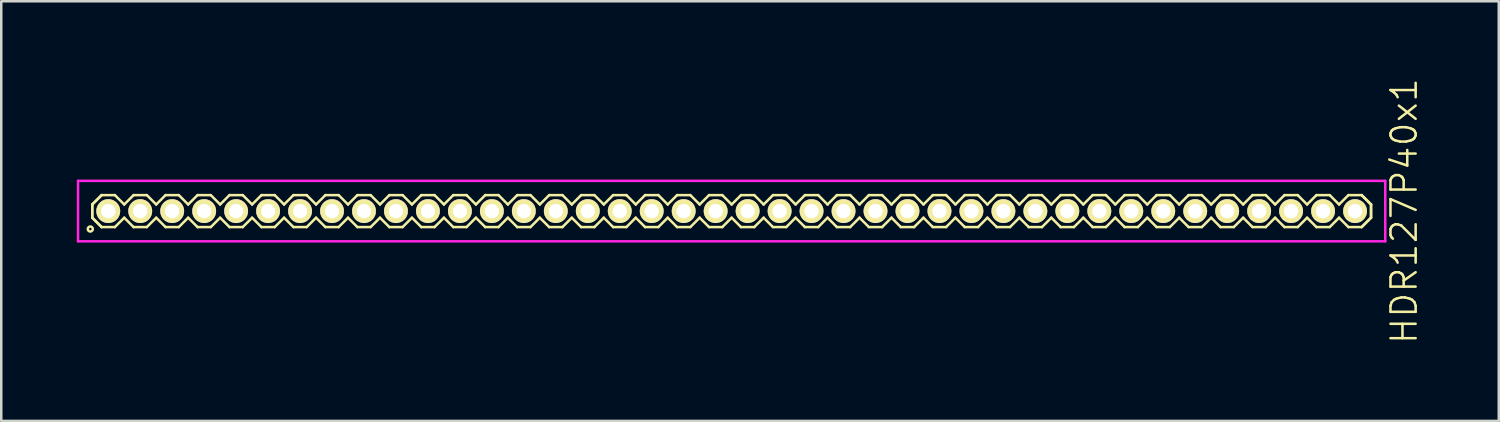
<source format=kicad_pcb>
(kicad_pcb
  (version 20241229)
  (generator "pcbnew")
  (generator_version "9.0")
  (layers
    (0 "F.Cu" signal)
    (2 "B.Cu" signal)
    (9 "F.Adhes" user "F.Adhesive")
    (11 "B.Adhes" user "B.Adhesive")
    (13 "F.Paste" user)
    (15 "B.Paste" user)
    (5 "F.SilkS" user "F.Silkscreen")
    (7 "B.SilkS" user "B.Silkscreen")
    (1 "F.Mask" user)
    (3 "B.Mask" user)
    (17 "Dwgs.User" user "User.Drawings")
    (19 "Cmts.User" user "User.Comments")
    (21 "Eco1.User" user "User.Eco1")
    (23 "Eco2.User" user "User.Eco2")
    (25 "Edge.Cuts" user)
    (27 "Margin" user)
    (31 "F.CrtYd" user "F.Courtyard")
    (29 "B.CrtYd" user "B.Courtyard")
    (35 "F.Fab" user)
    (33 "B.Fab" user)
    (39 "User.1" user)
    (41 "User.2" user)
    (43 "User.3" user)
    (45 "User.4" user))
  (footprint "HDR127P40x1"
    (layer "F.Cu")
    (at 26.015 5.336)
    (property "Reference" "HDR127P40x1" (at 26.715 0 90) (layer "F.SilkS") (effects (font (size 1 1) (thickness 0.1))))
    (attr through_hole)
    (fp_line (start -25.4 -0.263) (end -25.028 -0.635) (stroke (width 0.1) (type solid)) (layer "F.SilkS"))
    (fp_line (start -25.4 -0.263) (end -25.028 -0.635) (stroke (width 0.1) (type solid)) (layer "F.SilkS"))
    (fp_line (start -25.4 0.263) (end -25.4 -0.263) (stroke (width 0.1) (type solid)) (layer "F.SilkS"))
    (fp_line (start -25.4 0.263) (end -25.4 -0.263) (stroke (width 0.1) (type solid)) (layer "F.SilkS"))
    (fp_line (start -25.028 -0.635) (end -24.502 -0.635) (stroke (width 0.1) (type solid)) (layer "F.SilkS"))
    (fp_line (start -25.028 0.635) (end -25.4 0.263) (stroke (width 0.1) (type solid)) (layer "F.SilkS"))
    (fp_line (start -25.028 0.635) (end -25.4 0.263) (stroke (width 0.1) (type solid)) (layer "F.SilkS"))
    (fp_line (start -24.502 -0.635) (end -24.13 -0.263) (stroke (width 0.1) (type solid)) (layer "F.SilkS"))
    (fp_line (start -24.502 0.635) (end -25.028 0.635) (stroke (width 0.1) (type solid)) (layer "F.SilkS"))
    (fp_line (start -24.13 -0.263) (end -23.758 -0.635) (stroke (width 0.1) (type solid)) (layer "F.SilkS"))
    (fp_line (start -24.13 0.263) (end -24.502 0.635) (stroke (width 0.1) (type solid)) (layer "F.SilkS"))
    (fp_line (start -23.758 -0.635) (end -23.232 -0.635) (stroke (width 0.1) (type solid)) (layer "F.SilkS"))
    (fp_line (start -23.758 0.635) (end -24.13 0.263) (stroke (width 0.1) (type solid)) (layer "F.SilkS"))
    (fp_line (start -23.232 -0.635) (end -22.86 -0.263) (stroke (width 0.1) (type solid)) (layer "F.SilkS"))
    (fp_line (start -23.232 0.635) (end -23.758 0.635) (stroke (width 0.1) (type solid)) (layer "F.SilkS"))
    (fp_line (start -22.86 -0.263) (end -22.488 -0.635) (stroke (width 0.1) (type solid)) (layer "F.SilkS"))
    (fp_line (start -22.86 0.263) (end -23.232 0.635) (stroke (width 0.1) (type solid)) (layer "F.SilkS"))
    (fp_line (start -22.488 -0.635) (end -21.962 -0.635) (stroke (width 0.1) (type solid)) (layer "F.SilkS"))
    (fp_line (start -22.488 0.635) (end -22.86 0.263) (stroke (width 0.1) (type solid)) (layer "F.SilkS"))
    (fp_line (start -21.962 -0.635) (end -21.59 -0.263) (stroke (width 0.1) (type solid)) (layer "F.SilkS"))
    (fp_line (start -21.962 0.635) (end -22.488 0.635) (stroke (width 0.1) (type solid)) (layer "F.SilkS"))
    (fp_line (start -21.59 -0.263) (end -21.218 -0.635) (stroke (width 0.1) (type solid)) (layer "F.SilkS"))
    (fp_line (start -21.59 0.263) (end -21.962 0.635) (stroke (width 0.1) (type solid)) (layer "F.SilkS"))
    (fp_line (start -21.218 -0.635) (end -20.692 -0.635) (stroke (width 0.1) (type solid)) (layer "F.SilkS"))
    (fp_line (start -21.218 0.635) (end -21.59 0.263) (stroke (width 0.1) (type solid)) (layer "F.SilkS"))
    (fp_line (start -20.692 -0.635) (end -20.32 -0.263) (stroke (width 0.1) (type solid)) (layer "F.SilkS"))
    (fp_line (start -20.692 0.635) (end -21.218 0.635) (stroke (width 0.1) (type solid)) (layer "F.SilkS"))
    (fp_line (start -20.32 -0.263) (end -19.948 -0.635) (stroke (width 0.1) (type solid)) (layer "F.SilkS"))
    (fp_line (start -20.32 0.263) (end -20.692 0.635) (stroke (width 0.1) (type solid)) (layer "F.SilkS"))
    (fp_line (start -19.948 -0.635) (end -19.422 -0.635) (stroke (width 0.1) (type solid)) (layer "F.SilkS"))
    (fp_line (start -19.948 0.635) (end -20.32 0.263) (stroke (width 0.1) (type solid)) (layer "F.SilkS"))
    (fp_line (start -19.422 -0.635) (end -19.05 -0.263) (stroke (width 0.1) (type solid)) (layer "F.SilkS"))
    (fp_line (start -19.422 0.635) (end -19.948 0.635) (stroke (width 0.1) (type solid)) (layer "F.SilkS"))
    (fp_line (start -19.05 -0.263) (end -18.678 -0.635) (stroke (width 0.1) (type solid)) (layer "F.SilkS"))
    (fp_line (start -19.05 0.263) (end -19.422 0.635) (stroke (width 0.1) (type solid)) (layer "F.SilkS"))
    (fp_line (start -18.678 -0.635) (end -18.152 -0.635) (stroke (width 0.1) (type solid)) (layer "F.SilkS"))
    (fp_line (start -18.678 0.635) (end -19.05 0.263) (stroke (width 0.1) (type solid)) (layer "F.SilkS"))
    (fp_line (start -18.152 -0.635) (end -17.78 -0.263) (stroke (width 0.1) (type solid)) (layer "F.SilkS"))
    (fp_line (start -18.152 0.635) (end -18.678 0.635) (stroke (width 0.1) (type solid)) (layer "F.SilkS"))
    (fp_line (start -17.78 -0.263) (end -17.408 -0.635) (stroke (width 0.1) (type solid)) (layer "F.SilkS"))
    (fp_line (start -17.78 0.263) (end -18.152 0.635) (stroke (width 0.1) (type solid)) (layer "F.SilkS"))
    (fp_line (start -17.408 -0.635) (end -16.882 -0.635) (stroke (width 0.1) (type solid)) (layer "F.SilkS"))
    (fp_line (start -17.408 0.635) (end -17.78 0.263) (stroke (width 0.1) (type solid)) (layer "F.SilkS"))
    (fp_line (start -16.882 -0.635) (end -16.51 -0.263) (stroke (width 0.1) (type solid)) (layer "F.SilkS"))
    (fp_line (start -16.882 0.635) (end -17.408 0.635) (stroke (width 0.1) (type solid)) (layer "F.SilkS"))
    (fp_line (start -16.51 -0.263) (end -16.138 -0.635) (stroke (width 0.1) (type solid)) (layer "F.SilkS"))
    (fp_line (start -16.51 0.263) (end -16.882 0.635) (stroke (width 0.1) (type solid)) (layer "F.SilkS"))
    (fp_line (start -16.138 -0.635) (end -15.612 -0.635) (stroke (width 0.1) (type solid)) (layer "F.SilkS"))
    (fp_line (start -16.138 0.635) (end -16.51 0.263) (stroke (width 0.1) (type solid)) (layer "F.SilkS"))
    (fp_line (start -15.612 -0.635) (end -15.24 -0.263) (stroke (width 0.1) (type solid)) (layer "F.SilkS"))
    (fp_line (start -15.612 0.635) (end -16.138 0.635) (stroke (width 0.1) (type solid)) (layer "F.SilkS"))
    (fp_line (start -15.24 -0.263) (end -14.868 -0.635) (stroke (width 0.1) (type solid)) (layer "F.SilkS"))
    (fp_line (start -15.24 0.263) (end -15.612 0.635) (stroke (width 0.1) (type solid)) (layer "F.SilkS"))
    (fp_line (start -14.868 -0.635) (end -14.342 -0.635) (stroke (width 0.1) (type solid)) (layer "F.SilkS"))
    (fp_line (start -14.868 0.635) (end -15.24 0.263) (stroke (width 0.1) (type solid)) (layer "F.SilkS"))
    (fp_line (start -14.342 -0.635) (end -13.97 -0.263) (stroke (width 0.1) (type solid)) (layer "F.SilkS"))
    (fp_line (start -14.342 0.635) (end -14.868 0.635) (stroke (width 0.1) (type solid)) (layer "F.SilkS"))
    (fp_line (start -13.97 -0.263) (end -13.598 -0.635) (stroke (width 0.1) (type solid)) (layer "F.SilkS"))
    (fp_line (start -13.97 0.263) (end -14.342 0.635) (stroke (width 0.1) (type solid)) (layer "F.SilkS"))
    (fp_line (start -13.598 -0.635) (end -13.072 -0.635) (stroke (width 0.1) (type solid)) (layer "F.SilkS"))
    (fp_line (start -13.598 0.635) (end -13.97 0.263) (stroke (width 0.1) (type solid)) (layer "F.SilkS"))
    (fp_line (start -13.072 -0.635) (end -12.7 -0.263) (stroke (width 0.1) (type solid)) (layer "F.SilkS"))
    (fp_line (start -13.072 0.635) (end -13.598 0.635) (stroke (width 0.1) (type solid)) (layer "F.SilkS"))
    (fp_line (start -12.7 -0.263) (end -12.328 -0.635) (stroke (width 0.1) (type solid)) (layer "F.SilkS"))
    (fp_line (start -12.7 0.263) (end -13.072 0.635) (stroke (width 0.1) (type solid)) (layer "F.SilkS"))
    (fp_line (start -12.328 -0.635) (end -11.802 -0.635) (stroke (width 0.1) (type solid)) (layer "F.SilkS"))
    (fp_line (start -12.328 0.635) (end -12.7 0.263) (stroke (width 0.1) (type solid)) (layer "F.SilkS"))
    (fp_line (start -11.802 -0.635) (end -11.43 -0.263) (stroke (width 0.1) (type solid)) (layer "F.SilkS"))
    (fp_line (start -11.802 0.635) (end -12.328 0.635) (stroke (width 0.1) (type solid)) (layer "F.SilkS"))
    (fp_line (start -11.43 -0.263) (end -11.058 -0.635) (stroke (width 0.1) (type solid)) (layer "F.SilkS"))
    (fp_line (start -11.43 0.263) (end -11.802 0.635) (stroke (width 0.1) (type solid)) (layer "F.SilkS"))
    (fp_line (start -11.058 -0.635) (end -10.532 -0.635) (stroke (width 0.1) (type solid)) (layer "F.SilkS"))
    (fp_line (start -11.058 0.635) (end -11.43 0.263) (stroke (width 0.1) (type solid)) (layer "F.SilkS"))
    (fp_line (start -10.532 -0.635) (end -10.16 -0.263) (stroke (width 0.1) (type solid)) (layer "F.SilkS"))
    (fp_line (start -10.532 0.635) (end -11.058 0.635) (stroke (width 0.1) (type solid)) (layer "F.SilkS"))
    (fp_line (start -10.16 -0.263) (end -9.788 -0.635) (stroke (width 0.1) (type solid)) (layer "F.SilkS"))
    (fp_line (start -10.16 0.263) (end -10.532 0.635) (stroke (width 0.1) (type solid)) (layer "F.SilkS"))
    (fp_line (start -9.788 -0.635) (end -9.262 -0.635) (stroke (width 0.1) (type solid)) (layer "F.SilkS"))
    (fp_line (start -9.788 0.635) (end -10.16 0.263) (stroke (width 0.1) (type solid)) (layer "F.SilkS"))
    (fp_line (start -9.262 -0.635) (end -8.89 -0.263) (stroke (width 0.1) (type solid)) (layer "F.SilkS"))
    (fp_line (start -9.262 0.635) (end -9.788 0.635) (stroke (width 0.1) (type solid)) (layer "F.SilkS"))
    (fp_line (start -8.89 -0.263) (end -8.518 -0.635) (stroke (width 0.1) (type solid)) (layer "F.SilkS"))
    (fp_line (start -8.89 0.263) (end -9.262 0.635) (stroke (width 0.1) (type solid)) (layer "F.SilkS"))
    (fp_line (start -8.518 -0.635) (end -7.992 -0.635) (stroke (width 0.1) (type solid)) (layer "F.SilkS"))
    (fp_line (start -8.518 0.635) (end -8.89 0.263) (stroke (width 0.1) (type solid)) (layer "F.SilkS"))
    (fp_line (start -7.992 -0.635) (end -7.62 -0.263) (stroke (width 0.1) (type solid)) (layer "F.SilkS"))
    (fp_line (start -7.992 0.635) (end -8.518 0.635) (stroke (width 0.1) (type solid)) (layer "F.SilkS"))
    (fp_line (start -7.62 -0.263) (end -7.248 -0.635) (stroke (width 0.1) (type solid)) (layer "F.SilkS"))
    (fp_line (start -7.62 0.263) (end -7.992 0.635) (stroke (width 0.1) (type solid)) (layer "F.SilkS"))
    (fp_line (start -7.248 -0.635) (end -6.722 -0.635) (stroke (width 0.1) (type solid)) (layer "F.SilkS"))
    (fp_line (start -7.248 0.635) (end -7.62 0.263) (stroke (width 0.1) (type solid)) (layer "F.SilkS"))
    (fp_line (start -6.722 -0.635) (end -6.35 -0.263) (stroke (width 0.1) (type solid)) (layer "F.SilkS"))
    (fp_line (start -6.722 0.635) (end -7.248 0.635) (stroke (width 0.1) (type solid)) (layer "F.SilkS"))
    (fp_line (start -6.35 -0.263) (end -5.978 -0.635) (stroke (width 0.1) (type solid)) (layer "F.SilkS"))
    (fp_line (start -6.35 0.263) (end -6.722 0.635) (stroke (width 0.1) (type solid)) (layer "F.SilkS"))
    (fp_line (start -5.978 -0.635) (end -5.452 -0.635) (stroke (width 0.1) (type solid)) (layer "F.SilkS"))
    (fp_line (start -5.978 0.635) (end -6.35 0.263) (stroke (width 0.1) (type solid)) (layer "F.SilkS"))
    (fp_line (start -5.452 -0.635) (end -5.08 -0.263) (stroke (width 0.1) (type solid)) (layer "F.SilkS"))
    (fp_line (start -5.452 0.635) (end -5.978 0.635) (stroke (width 0.1) (type solid)) (layer "F.SilkS"))
    (fp_line (start -5.08 -0.263) (end -4.708 -0.635) (stroke (width 0.1) (type solid)) (layer "F.SilkS"))
    (fp_line (start -5.08 0.263) (end -5.452 0.635) (stroke (width 0.1) (type solid)) (layer "F.SilkS"))
    (fp_line (start -4.708 -0.635) (end -4.182 -0.635) (stroke (width 0.1) (type solid)) (layer "F.SilkS"))
    (fp_line (start -4.708 0.635) (end -5.08 0.263) (stroke (width 0.1) (type solid)) (layer "F.SilkS"))
    (fp_line (start -4.182 -0.635) (end -3.81 -0.263) (stroke (width 0.1) (type solid)) (layer "F.SilkS"))
    (fp_line (start -4.182 0.635) (end -4.708 0.635) (stroke (width 0.1) (type solid)) (layer "F.SilkS"))
    (fp_line (start -3.81 -0.263) (end -3.438 -0.635) (stroke (width 0.1) (type solid)) (layer "F.SilkS"))
    (fp_line (start -3.81 0.263) (end -4.182 0.635) (stroke (width 0.1) (type solid)) (layer "F.SilkS"))
    (fp_line (start -3.438 -0.635) (end -2.912 -0.635) (stroke (width 0.1) (type solid)) (layer "F.SilkS"))
    (fp_line (start -3.438 0.635) (end -3.81 0.263) (stroke (width 0.1) (type solid)) (layer "F.SilkS"))
    (fp_line (start -2.912 -0.635) (end -2.54 -0.263) (stroke (width 0.1) (type solid)) (layer "F.SilkS"))
    (fp_line (start -2.912 0.635) (end -3.438 0.635) (stroke (width 0.1) (type solid)) (layer "F.SilkS"))
    (fp_line (start -2.54 -0.263) (end -2.168 -0.635) (stroke (width 0.1) (type solid)) (layer "F.SilkS"))
    (fp_line (start -2.54 0.263) (end -2.912 0.635) (stroke (width 0.1) (type solid)) (layer "F.SilkS"))
    (fp_line (start -2.168 -0.635) (end -1.642 -0.635) (stroke (width 0.1) (type solid)) (layer "F.SilkS"))
    (fp_line (start -2.168 0.635) (end -2.54 0.263) (stroke (width 0.1) (type solid)) (layer "F.SilkS"))
    (fp_line (start -1.642 -0.635) (end -1.27 -0.263) (stroke (width 0.1) (type solid)) (layer "F.SilkS"))
    (fp_line (start -1.642 0.635) (end -2.168 0.635) (stroke (width 0.1) (type solid)) (layer "F.SilkS"))
    (fp_line (start -1.27 -0.263) (end -0.898 -0.635) (stroke (width 0.1) (type solid)) (layer "F.SilkS"))
    (fp_line (start -1.27 0.263) (end -1.642 0.635) (stroke (width 0.1) (type solid)) (layer "F.SilkS"))
    (fp_line (start -0.898 -0.635) (end -0.372 -0.635) (stroke (width 0.1) (type solid)) (layer "F.SilkS"))
    (fp_line (start -0.898 0.635) (end -1.27 0.263) (stroke (width 0.1) (type solid)) (layer "F.SilkS"))
    (fp_line (start -0.372 -0.635) (end 0 -0.263) (stroke (width 0.1) (type solid)) (layer "F.SilkS"))
    (fp_line (start -0.372 0.635) (end -0.898 0.635) (stroke (width 0.1) (type solid)) (layer "F.SilkS"))
    (fp_line (start 0 -0.263) (end 0.372 -0.635) (stroke (width 0.1) (type solid)) (layer "F.SilkS"))
    (fp_line (start 0 0.263) (end -0.372 0.635) (stroke (width 0.1) (type solid)) (layer "F.SilkS"))
    (fp_line (start 0.372 -0.635) (end 0.898 -0.635) (stroke (width 0.1) (type solid)) (layer "F.SilkS"))
    (fp_line (start 0.372 0.635) (end 0 0.263) (stroke (width 0.1) (type solid)) (layer "F.SilkS"))
    (fp_line (start 0.898 -0.635) (end 1.27 -0.263) (stroke (width 0.1) (type solid)) (layer "F.SilkS"))
    (fp_line (start 0.898 0.635) (end 0.372 0.635) (stroke (width 0.1) (type solid)) (layer "F.SilkS"))
    (fp_line (start 1.27 -0.263) (end 1.642 -0.635) (stroke (width 0.1) (type solid)) (layer "F.SilkS"))
    (fp_line (start 1.27 0.263) (end 0.898 0.635) (stroke (width 0.1) (type solid)) (layer "F.SilkS"))
    (fp_line (start 1.642 -0.635) (end 2.168 -0.635) (stroke (width 0.1) (type solid)) (layer "F.SilkS"))
    (fp_line (start 1.642 0.635) (end 1.27 0.263) (stroke (width 0.1) (type solid)) (layer "F.SilkS"))
    (fp_line (start 2.168 -0.635) (end 2.54 -0.263) (stroke (width 0.1) (type solid)) (layer "F.SilkS"))
    (fp_line (start 2.168 0.635) (end 1.642 0.635) (stroke (width 0.1) (type solid)) (layer "F.SilkS"))
    (fp_line (start 2.54 -0.263) (end 2.912 -0.635) (stroke (width 0.1) (type solid)) (layer "F.SilkS"))
    (fp_line (start 2.54 0.263) (end 2.168 0.635) (stroke (width 0.1) (type solid)) (layer "F.SilkS"))
    (fp_line (start 2.912 -0.635) (end 3.438 -0.635) (stroke (width 0.1) (type solid)) (layer "F.SilkS"))
    (fp_line (start 2.912 0.635) (end 2.54 0.263) (stroke (width 0.1) (type solid)) (layer "F.SilkS"))
    (fp_line (start 3.438 -0.635) (end 3.81 -0.263) (stroke (width 0.1) (type solid)) (layer "F.SilkS"))
    (fp_line (start 3.438 0.635) (end 2.912 0.635) (stroke (width 0.1) (type solid)) (layer "F.SilkS"))
    (fp_line (start 3.81 -0.263) (end 4.182 -0.635) (stroke (width 0.1) (type solid)) (layer "F.SilkS"))
    (fp_line (start 3.81 0.263) (end 3.438 0.635) (stroke (width 0.1) (type solid)) (layer "F.SilkS"))
    (fp_line (start 4.182 -0.635) (end 4.708 -0.635) (stroke (width 0.1) (type solid)) (layer "F.SilkS"))
    (fp_line (start 4.182 0.635) (end 3.81 0.263) (stroke (width 0.1) (type solid)) (layer "F.SilkS"))
    (fp_line (start 4.708 -0.635) (end 5.08 -0.263) (stroke (width 0.1) (type solid)) (layer "F.SilkS"))
    (fp_line (start 4.708 0.635) (end 4.182 0.635) (stroke (width 0.1) (type solid)) (layer "F.SilkS"))
    (fp_line (start 5.08 -0.263) (end 5.452 -0.635) (stroke (width 0.1) (type solid)) (layer "F.SilkS"))
    (fp_line (start 5.08 0.263) (end 4.708 0.635) (stroke (width 0.1) (type solid)) (layer "F.SilkS"))
    (fp_line (start 5.452 -0.635) (end 5.978 -0.635) (stroke (width 0.1) (type solid)) (layer "F.SilkS"))
    (fp_line (start 5.452 0.635) (end 5.08 0.263) (stroke (width 0.1) (type solid)) (layer "F.SilkS"))
    (fp_line (start 5.978 -0.635) (end 6.35 -0.263) (stroke (width 0.1) (type solid)) (layer "F.SilkS"))
    (fp_line (start 5.978 0.635) (end 5.452 0.635) (stroke (width 0.1) (type solid)) (layer "F.SilkS"))
    (fp_line (start 6.35 -0.263) (end 6.722 -0.635) (stroke (width 0.1) (type solid)) (layer "F.SilkS"))
    (fp_line (start 6.35 0.263) (end 5.978 0.635) (stroke (width 0.1) (type solid)) (layer "F.SilkS"))
    (fp_line (start 6.722 -0.635) (end 7.248 -0.635) (stroke (width 0.1) (type solid)) (layer "F.SilkS"))
    (fp_line (start 6.722 0.635) (end 6.35 0.263) (stroke (width 0.1) (type solid)) (layer "F.SilkS"))
    (fp_line (start 7.248 -0.635) (end 7.62 -0.263) (stroke (width 0.1) (type solid)) (layer "F.SilkS"))
    (fp_line (start 7.248 0.635) (end 6.722 0.635) (stroke (width 0.1) (type solid)) (layer "F.SilkS"))
    (fp_line (start 7.62 -0.263) (end 7.992 -0.635) (stroke (width 0.1) (type solid)) (layer "F.SilkS"))
    (fp_line (start 7.62 0.263) (end 7.248 0.635) (stroke (width 0.1) (type solid)) (layer "F.SilkS"))
    (fp_line (start 7.992 -0.635) (end 8.518 -0.635) (stroke (width 0.1) (type solid)) (layer "F.SilkS"))
    (fp_line (start 7.992 0.635) (end 7.62 0.263) (stroke (width 0.1) (type solid)) (layer "F.SilkS"))
    (fp_line (start 8.518 -0.635) (end 8.89 -0.263) (stroke (width 0.1) (type solid)) (layer "F.SilkS"))
    (fp_line (start 8.518 0.635) (end 7.992 0.635) (stroke (width 0.1) (type solid)) (layer "F.SilkS"))
    (fp_line (start 8.89 -0.263) (end 9.262 -0.635) (stroke (width 0.1) (type solid)) (layer "F.SilkS"))
    (fp_line (start 8.89 0.263) (end 8.518 0.635) (stroke (width 0.1) (type solid)) (layer "F.SilkS"))
    (fp_line (start 9.262 -0.635) (end 9.788 -0.635) (stroke (width 0.1) (type solid)) (layer "F.SilkS"))
    (fp_line (start 9.262 0.635) (end 8.89 0.263) (stroke (width 0.1) (type solid)) (layer "F.SilkS"))
    (fp_line (start 9.788 -0.635) (end 10.16 -0.263) (stroke (width 0.1) (type solid)) (layer "F.SilkS"))
    (fp_line (start 9.788 0.635) (end 9.262 0.635) (stroke (width 0.1) (type solid)) (layer "F.SilkS"))
    (fp_line (start 10.16 -0.263) (end 10.532 -0.635) (stroke (width 0.1) (type solid)) (layer "F.SilkS"))
    (fp_line (start 10.16 0.263) (end 9.788 0.635) (stroke (width 0.1) (type solid)) (layer "F.SilkS"))
    (fp_line (start 10.532 -0.635) (end 11.058 -0.635) (stroke (width 0.1) (type solid)) (layer "F.SilkS"))
    (fp_line (start 10.532 0.635) (end 10.16 0.263) (stroke (width 0.1) (type solid)) (layer "F.SilkS"))
    (fp_line (start 11.058 -0.635) (end 11.43 -0.263) (stroke (width 0.1) (type solid)) (layer "F.SilkS"))
    (fp_line (start 11.058 0.635) (end 10.532 0.635) (stroke (width 0.1) (type solid)) (layer "F.SilkS"))
    (fp_line (start 11.43 -0.263) (end 11.802 -0.635) (stroke (width 0.1) (type solid)) (layer "F.SilkS"))
    (fp_line (start 11.43 0.263) (end 11.058 0.635) (stroke (width 0.1) (type solid)) (layer "F.SilkS"))
    (fp_line (start 11.802 -0.635) (end 12.328 -0.635) (stroke (width 0.1) (type solid)) (layer "F.SilkS"))
    (fp_line (start 11.802 0.635) (end 11.43 0.263) (stroke (width 0.1) (type solid)) (layer "F.SilkS"))
    (fp_line (start 12.328 -0.635) (end 12.7 -0.263) (stroke (width 0.1) (type solid)) (layer "F.SilkS"))
    (fp_line (start 12.328 0.635) (end 11.802 0.635) (stroke (width 0.1) (type solid)) (layer "F.SilkS"))
    (fp_line (start 12.7 -0.263) (end 13.072 -0.635) (stroke (width 0.1) (type solid)) (layer "F.SilkS"))
    (fp_line (start 12.7 0.263) (end 12.328 0.635) (stroke (width 0.1) (type solid)) (layer "F.SilkS"))
    (fp_line (start 13.072 -0.635) (end 13.598 -0.635) (stroke (width 0.1) (type solid)) (layer "F.SilkS"))
    (fp_line (start 13.072 0.635) (end 12.7 0.263) (stroke (width 0.1) (type solid)) (layer "F.SilkS"))
    (fp_line (start 13.598 -0.635) (end 13.97 -0.263) (stroke (width 0.1) (type solid)) (layer "F.SilkS"))
    (fp_line (start 13.598 0.635) (end 13.072 0.635) (stroke (width 0.1) (type solid)) (layer "F.SilkS"))
    (fp_line (start 13.97 -0.263) (end 14.342 -0.635) (stroke (width 0.1) (type solid)) (layer "F.SilkS"))
    (fp_line (start 13.97 0.263) (end 13.598 0.635) (stroke (width 0.1) (type solid)) (layer "F.SilkS"))
    (fp_line (start 14.342 -0.635) (end 14.868 -0.635) (stroke (width 0.1) (type solid)) (layer "F.SilkS"))
    (fp_line (start 14.342 0.635) (end 13.97 0.263) (stroke (width 0.1) (type solid)) (layer "F.SilkS"))
    (fp_line (start 14.868 -0.635) (end 15.24 -0.263) (stroke (width 0.1) (type solid)) (layer "F.SilkS"))
    (fp_line (start 14.868 0.635) (end 14.342 0.635) (stroke (width 0.1) (type solid)) (layer "F.SilkS"))
    (fp_line (start 15.24 -0.263) (end 15.612 -0.635) (stroke (width 0.1) (type solid)) (layer "F.SilkS"))
    (fp_line (start 15.24 0.263) (end 14.868 0.635) (stroke (width 0.1) (type solid)) (layer "F.SilkS"))
    (fp_line (start 15.612 -0.635) (end 16.138 -0.635) (stroke (width 0.1) (type solid)) (layer "F.SilkS"))
    (fp_line (start 15.612 0.635) (end 15.24 0.263) (stroke (width 0.1) (type solid)) (layer "F.SilkS"))
    (fp_line (start 16.138 -0.635) (end 16.51 -0.263) (stroke (width 0.1) (type solid)) (layer "F.SilkS"))
    (fp_line (start 16.138 0.635) (end 15.612 0.635) (stroke (width 0.1) (type solid)) (layer "F.SilkS"))
    (fp_line (start 16.51 -0.263) (end 16.882 -0.635) (stroke (width 0.1) (type solid)) (layer "F.SilkS"))
    (fp_line (start 16.51 0.263) (end 16.138 0.635) (stroke (width 0.1) (type solid)) (layer "F.SilkS"))
    (fp_line (start 16.882 -0.635) (end 17.408 -0.635) (stroke (width 0.1) (type solid)) (layer "F.SilkS"))
    (fp_line (start 16.882 0.635) (end 16.51 0.263) (stroke (width 0.1) (type solid)) (layer "F.SilkS"))
    (fp_line (start 17.408 -0.635) (end 17.78 -0.263) (stroke (width 0.1) (type solid)) (layer "F.SilkS"))
    (fp_line (start 17.408 0.635) (end 16.882 0.635) (stroke (width 0.1) (type solid)) (layer "F.SilkS"))
    (fp_line (start 17.78 -0.263) (end 18.152 -0.635) (stroke (width 0.1) (type solid)) (layer "F.SilkS"))
    (fp_line (start 17.78 0.263) (end 17.408 0.635) (stroke (width 0.1) (type solid)) (layer "F.SilkS"))
    (fp_line (start 18.152 -0.635) (end 18.678 -0.635) (stroke (width 0.1) (type solid)) (layer "F.SilkS"))
    (fp_line (start 18.152 0.635) (end 17.78 0.263) (stroke (width 0.1) (type solid)) (layer "F.SilkS"))
    (fp_line (start 18.678 -0.635) (end 19.05 -0.263) (stroke (width 0.1) (type solid)) (layer "F.SilkS"))
    (fp_line (start 18.678 0.635) (end 18.152 0.635) (stroke (width 0.1) (type solid)) (layer "F.SilkS"))
    (fp_line (start 19.05 -0.263) (end 19.422 -0.635) (stroke (width 0.1) (type solid)) (layer "F.SilkS"))
    (fp_line (start 19.05 0.263) (end 18.678 0.635) (stroke (width 0.1) (type solid)) (layer "F.SilkS"))
    (fp_line (start 19.422 -0.635) (end 19.948 -0.635) (stroke (width 0.1) (type solid)) (layer "F.SilkS"))
    (fp_line (start 19.422 0.635) (end 19.05 0.263) (stroke (width 0.1) (type solid)) (layer "F.SilkS"))
    (fp_line (start 19.948 -0.635) (end 20.32 -0.263) (stroke (width 0.1) (type solid)) (layer "F.SilkS"))
    (fp_line (start 19.948 0.635) (end 19.422 0.635) (stroke (width 0.1) (type solid)) (layer "F.SilkS"))
    (fp_line (start 20.32 -0.263) (end 20.692 -0.635) (stroke (width 0.1) (type solid)) (layer "F.SilkS"))
    (fp_line (start 20.32 0.263) (end 19.948 0.635) (stroke (width 0.1) (type solid)) (layer "F.SilkS"))
    (fp_line (start 20.692 -0.635) (end 21.218 -0.635) (stroke (width 0.1) (type solid)) (layer "F.SilkS"))
    (fp_line (start 20.692 0.635) (end 20.32 0.263) (stroke (width 0.1) (type solid)) (layer "F.SilkS"))
    (fp_line (start 21.218 -0.635) (end 21.59 -0.263) (stroke (width 0.1) (type solid)) (layer "F.SilkS"))
    (fp_line (start 21.218 0.635) (end 20.692 0.635) (stroke (width 0.1) (type solid)) (layer "F.SilkS"))
    (fp_line (start 21.59 -0.263) (end 21.962 -0.635) (stroke (width 0.1) (type solid)) (layer "F.SilkS"))
    (fp_line (start 21.59 0.263) (end 21.218 0.635) (stroke (width 0.1) (type solid)) (layer "F.SilkS"))
    (fp_line (start 21.962 -0.635) (end 22.488 -0.635) (stroke (width 0.1) (type solid)) (layer "F.SilkS"))
    (fp_line (start 21.962 0.635) (end 21.59 0.263) (stroke (width 0.1) (type solid)) (layer "F.SilkS"))
    (fp_line (start 22.488 -0.635) (end 22.86 -0.263) (stroke (width 0.1) (type solid)) (layer "F.SilkS"))
    (fp_line (start 22.488 0.635) (end 21.962 0.635) (stroke (width 0.1) (type solid)) (layer "F.SilkS"))
    (fp_line (start 22.86 -0.263) (end 23.232 -0.635) (stroke (width 0.1) (type solid)) (layer "F.SilkS"))
    (fp_line (start 22.86 0.263) (end 22.488 0.635) (stroke (width 0.1) (type solid)) (layer "F.SilkS"))
    (fp_line (start 23.232 -0.635) (end 23.758 -0.635) (stroke (width 0.1) (type solid)) (layer "F.SilkS"))
    (fp_line (start 23.232 0.635) (end 22.86 0.263) (stroke (width 0.1) (type solid)) (layer "F.SilkS"))
    (fp_line (start 23.758 -0.635) (end 24.13 -0.263) (stroke (width 0.1) (type solid)) (layer "F.SilkS"))
    (fp_line (start 23.758 0.635) (end 23.232 0.635) (stroke (width 0.1) (type solid)) (layer "F.SilkS"))
    (fp_line (start 24.13 -0.263) (end 24.502 -0.635) (stroke (width 0.1) (type solid)) (layer "F.SilkS"))
    (fp_line (start 24.13 0.263) (end 23.758 0.635) (stroke (width 0.1) (type solid)) (layer "F.SilkS"))
    (fp_line (start 24.502 -0.635) (end 25.028 -0.635) (stroke (width 0.1) (type solid)) (layer "F.SilkS"))
    (fp_line (start 24.502 0.635) (end 24.13 0.263) (stroke (width 0.1) (type solid)) (layer "F.SilkS"))
    (fp_line (start 25.028 -0.635) (end 25.4 -0.263) (stroke (width 0.1) (type solid)) (layer "F.SilkS"))
    (fp_line (start 25.028 -0.635) (end 25.4 -0.263) (stroke (width 0.1) (type solid)) (layer "F.SilkS"))
    (fp_line (start 25.028 0.635) (end 24.502 0.635) (stroke (width 0.1) (type solid)) (layer "F.SilkS"))
    (fp_line (start 25.4 -0.263) (end 25.4 0.263) (stroke (width 0.1) (type solid)) (layer "F.SilkS"))
    (fp_line (start 25.4 -0.263) (end 25.4 0.263) (stroke (width 0.1) (type solid)) (layer "F.SilkS"))
    (fp_line (start 25.4 0.263) (end 25.028 0.635) (stroke (width 0.1) (type solid)) (layer "F.SilkS"))
    (fp_line (start 25.4 0.263) (end 25.028 0.635) (stroke (width 0.1) (type solid)) (layer "F.SilkS"))
    (fp_circle (center -25.478 0.712) (end -25.378 0.712) (stroke (width 0.1) (type solid)) (fill no) (layer "F.SilkS"))
    (fp_line (start -25.965 -1.2) (end -25.965 1.2) (stroke (width 0.1) (type solid)) (layer "F.CrtYd"))
    (fp_line (start -25.965 1.2) (end 25.965 1.2) (stroke (width 0.1) (type solid)) (layer "F.CrtYd"))
    (fp_line (start 25.965 -1.2) (end -25.965 -1.2) (stroke (width 0.1) (type solid)) (layer "F.CrtYd"))
    (fp_line (start 25.965 1.2) (end 25.965 -1.2) (stroke (width 0.1) (type solid)) (layer "F.CrtYd"))
    (pad "1" thru_hole oval (at -24.765 0) (size 0.95 0.95) (drill 0.57) (layers "*.Cu" "*.Mask" "F.SilkS"))
    (pad "2" thru_hole oval (at -23.495 0) (size 0.95 0.95) (drill 0.57) (layers "*.Cu" "*.Mask" "F.SilkS"))
    (pad "3" thru_hole oval (at -22.225 0) (size 0.95 0.95) (drill 0.57) (layers "*.Cu" "*.Mask" "F.SilkS"))
    (pad "4" thru_hole oval (at -20.955 0) (size 0.95 0.95) (drill 0.57) (layers "*.Cu" "*.Mask" "F.SilkS"))
    (pad "5" thru_hole oval (at -19.685 0) (size 0.95 0.95) (drill 0.57) (layers "*.Cu" "*.Mask" "F.SilkS"))
    (pad "6" thru_hole oval (at -18.415 0) (size 0.95 0.95) (drill 0.57) (layers "*.Cu" "*.Mask" "F.SilkS"))
    (pad "7" thru_hole oval (at -17.145 0) (size 0.95 0.95) (drill 0.57) (layers "*.Cu" "*.Mask" "F.SilkS"))
    (pad "8" thru_hole oval (at -15.875 0) (size 0.95 0.95) (drill 0.57) (layers "*.Cu" "*.Mask" "F.SilkS"))
    (pad "9" thru_hole oval (at -14.605 0) (size 0.95 0.95) (drill 0.57) (layers "*.Cu" "*.Mask" "F.SilkS"))
    (pad "10" thru_hole oval (at -13.335 0) (size 0.95 0.95) (drill 0.57) (layers "*.Cu" "*.Mask" "F.SilkS"))
    (pad "11" thru_hole oval (at -12.065 0) (size 0.95 0.95) (drill 0.57) (layers "*.Cu" "*.Mask" "F.SilkS"))
    (pad "12" thru_hole oval (at -10.795 0) (size 0.95 0.95) (drill 0.57) (layers "*.Cu" "*.Mask" "F.SilkS"))
    (pad "13" thru_hole oval (at -9.525 0) (size 0.95 0.95) (drill 0.57) (layers "*.Cu" "*.Mask" "F.SilkS"))
    (pad "14" thru_hole oval (at -8.255 0) (size 0.95 0.95) (drill 0.57) (layers "*.Cu" "*.Mask" "F.SilkS"))
    (pad "15" thru_hole oval (at -6.985 0) (size 0.95 0.95) (drill 0.57) (layers "*.Cu" "*.Mask" "F.SilkS"))
    (pad "16" thru_hole oval (at -5.715 0) (size 0.95 0.95) (drill 0.57) (layers "*.Cu" "*.Mask" "F.SilkS"))
    (pad "17" thru_hole oval (at -4.445 0) (size 0.95 0.95) (drill 0.57) (layers "*.Cu" "*.Mask" "F.SilkS"))
    (pad "18" thru_hole oval (at -3.175 0) (size 0.95 0.95) (drill 0.57) (layers "*.Cu" "*.Mask" "F.SilkS"))
    (pad "19" thru_hole oval (at -1.905 0) (size 0.95 0.95) (drill 0.57) (layers "*.Cu" "*.Mask" "F.SilkS"))
    (pad "20" thru_hole oval (at -0.635 0) (size 0.95 0.95) (drill 0.57) (layers "*.Cu" "*.Mask" "F.SilkS"))
    (pad "21" thru_hole oval (at 0.635 0) (size 0.95 0.95) (drill 0.57) (layers "*.Cu" "*.Mask" "F.SilkS"))
    (pad "22" thru_hole oval (at 1.905 0) (size 0.95 0.95) (drill 0.57) (layers "*.Cu" "*.Mask" "F.SilkS"))
    (pad "23" thru_hole oval (at 3.175 0) (size 0.95 0.95) (drill 0.57) (layers "*.Cu" "*.Mask" "F.SilkS"))
    (pad "24" thru_hole oval (at 4.445 0) (size 0.95 0.95) (drill 0.57) (layers "*.Cu" "*.Mask" "F.SilkS"))
    (pad "25" thru_hole oval (at 5.715 0) (size 0.95 0.95) (drill 0.57) (layers "*.Cu" "*.Mask" "F.SilkS"))
    (pad "26" thru_hole oval (at 6.985 0) (size 0.95 0.95) (drill 0.57) (layers "*.Cu" "*.Mask" "F.SilkS"))
    (pad "27" thru_hole oval (at 8.255 0) (size 0.95 0.95) (drill 0.57) (layers "*.Cu" "*.Mask" "F.SilkS"))
    (pad "28" thru_hole oval (at 9.525 0) (size 0.95 0.95) (drill 0.57) (layers "*.Cu" "*.Mask" "F.SilkS"))
    (pad "29" thru_hole oval (at 10.795 0) (size 0.95 0.95) (drill 0.57) (layers "*.Cu" "*.Mask" "F.SilkS"))
    (pad "30" thru_hole oval (at 12.065 0) (size 0.95 0.95) (drill 0.57) (layers "*.Cu" "*.Mask" "F.SilkS"))
    (pad "31" thru_hole oval (at 13.335 0) (size 0.95 0.95) (drill 0.57) (layers "*.Cu" "*.Mask" "F.SilkS"))
    (pad "32" thru_hole oval (at 14.605 0) (size 0.95 0.95) (drill 0.57) (layers "*.Cu" "*.Mask" "F.SilkS"))
    (pad "33" thru_hole oval (at 15.875 0) (size 0.95 0.95) (drill 0.57) (layers "*.Cu" "*.Mask" "F.SilkS"))
    (pad "34" thru_hole oval (at 17.145 0) (size 0.95 0.95) (drill 0.57) (layers "*.Cu" "*.Mask" "F.SilkS"))
    (pad "35" thru_hole oval (at 18.415 0) (size 0.95 0.95) (drill 0.57) (layers "*.Cu" "*.Mask" "F.SilkS"))
    (pad "36" thru_hole oval (at 19.685 0) (size 0.95 0.95) (drill 0.57) (layers "*.Cu" "*.Mask" "F.SilkS"))
    (pad "37" thru_hole oval (at 20.955 0) (size 0.95 0.95) (drill 0.57) (layers "*.Cu" "*.Mask" "F.SilkS"))
    (pad "38" thru_hole oval (at 22.225 0) (size 0.95 0.95) (drill 0.57) (layers "*.Cu" "*.Mask" "F.SilkS"))
    (pad "39" thru_hole oval (at 23.495 0) (size 0.95 0.95) (drill 0.57) (layers "*.Cu" "*.Mask" "F.SilkS"))
    (pad "40" thru_hole oval (at 24.765 0) (size 0.95 0.95) (drill 0.57) (layers "*.Cu" "*.Mask" "F.SilkS")))
  (gr_rect
    (start -3 -3)
    (end 56.49 13.671)
    (stroke (width 0.1) (type default))
    (fill no)
    (layer "Edge.Cuts")))
</source>
